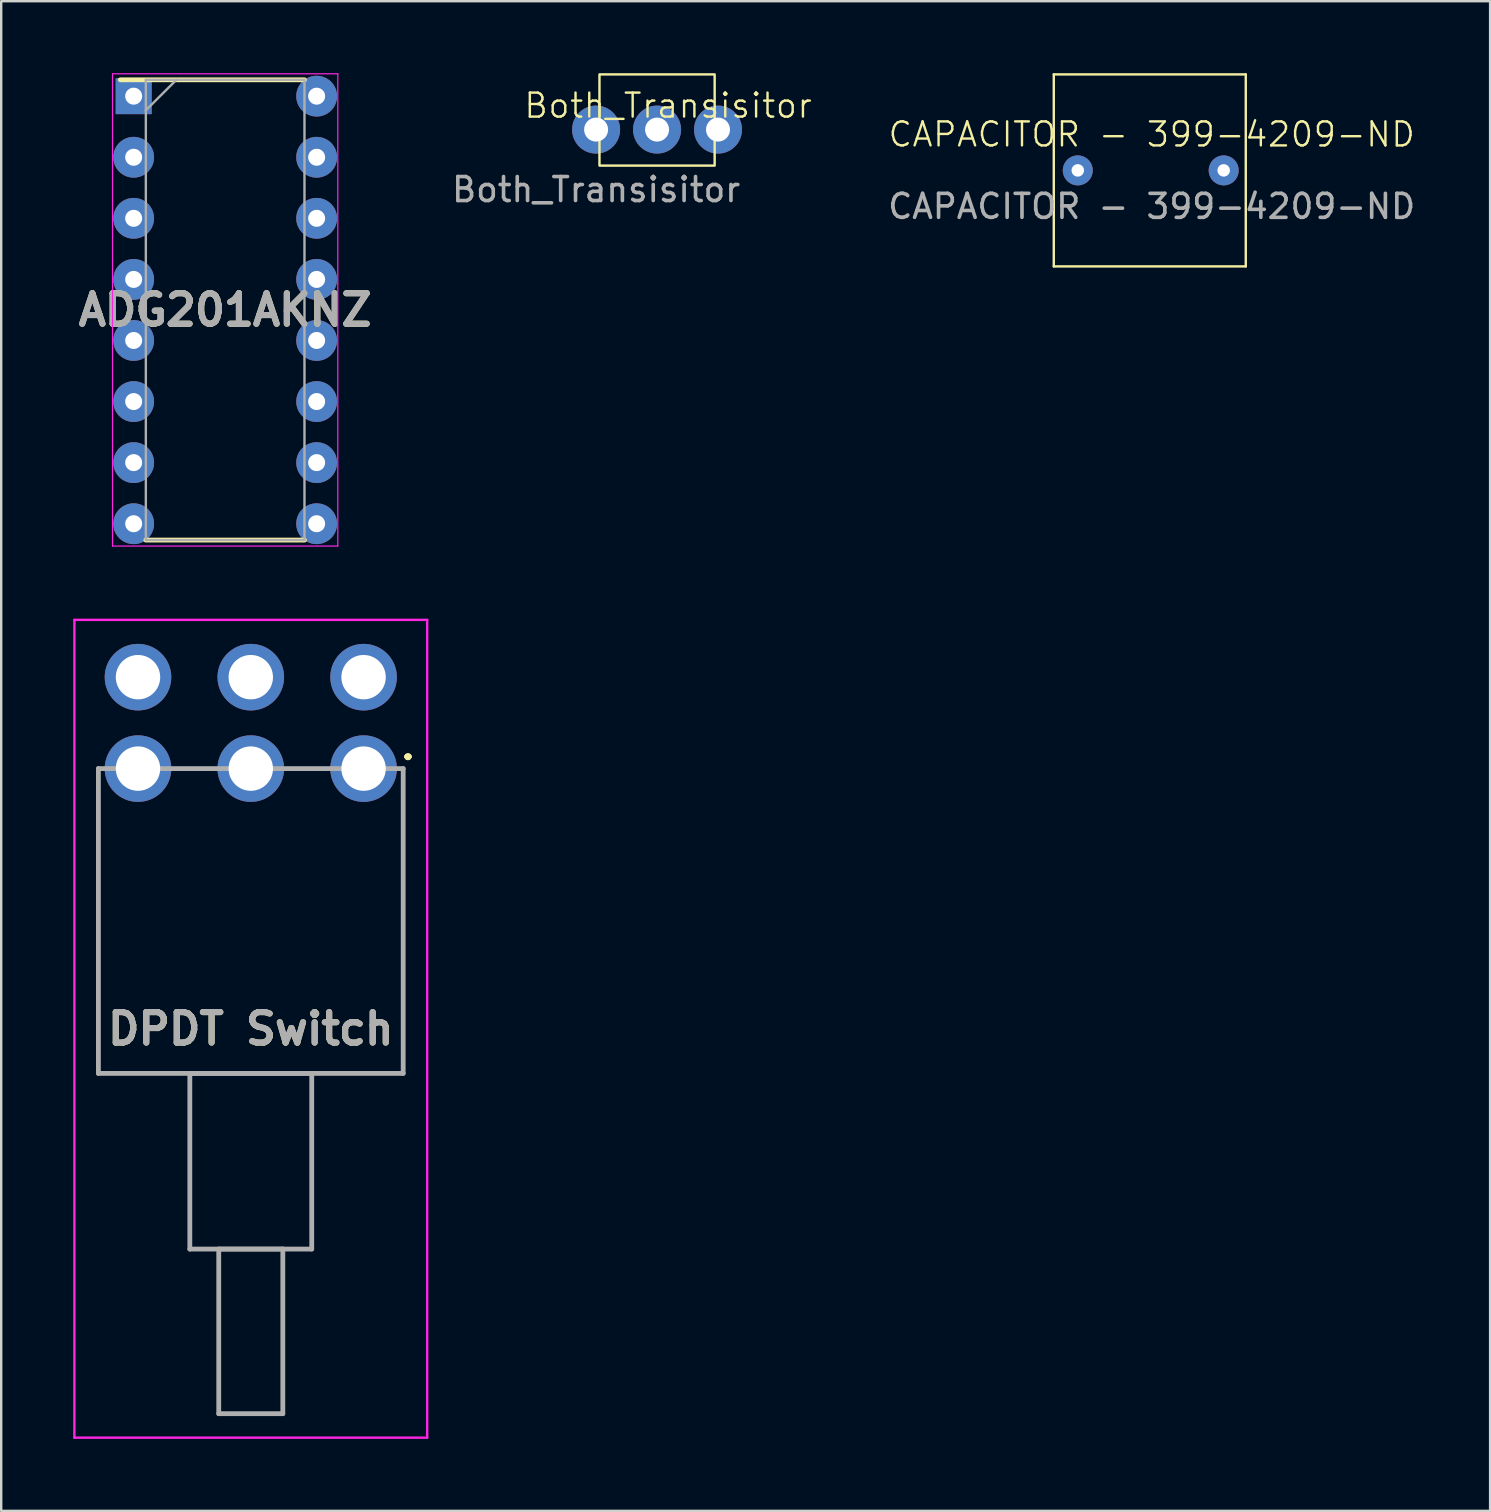
<source format=kicad_pcb>
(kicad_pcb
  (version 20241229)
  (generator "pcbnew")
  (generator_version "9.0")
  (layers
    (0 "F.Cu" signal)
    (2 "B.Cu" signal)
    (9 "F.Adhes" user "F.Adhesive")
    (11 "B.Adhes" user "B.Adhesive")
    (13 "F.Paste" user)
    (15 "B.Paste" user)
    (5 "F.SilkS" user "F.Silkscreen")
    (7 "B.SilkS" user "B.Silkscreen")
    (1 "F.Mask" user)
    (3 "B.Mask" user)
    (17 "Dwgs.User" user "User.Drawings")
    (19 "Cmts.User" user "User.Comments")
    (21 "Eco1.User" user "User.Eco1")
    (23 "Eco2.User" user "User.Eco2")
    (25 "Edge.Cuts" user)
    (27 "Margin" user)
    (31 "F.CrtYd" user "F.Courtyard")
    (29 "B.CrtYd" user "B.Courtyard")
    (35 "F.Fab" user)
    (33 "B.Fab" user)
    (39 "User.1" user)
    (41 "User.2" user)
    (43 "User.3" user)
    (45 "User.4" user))
  (footprint "CAPACITOR - 399-4209-ND"
    (layer "F.Cu")
    (at 44.94 3.05)
    (property "Reference" "CAPACITOR - 399-4209-ND" (at 0 -0.5 0) (unlocked yes) (layer "F.SilkS") (effects (font (size 1 1) (thickness 0.1))))
    (attr through_hole)
    (fp_line (start -4.08 -3) (end 3.92 -3) (stroke (width 0.1) (type default)) (layer "F.SilkS"))
    (fp_line (start -4.08 5) (end -4.08 -3) (stroke (width 0.1) (type default)) (layer "F.SilkS"))
    (fp_line (start 3.92 -3) (end 3.92 5) (stroke (width 0.1) (type default)) (layer "F.SilkS"))
    (fp_line (start 3.92 5) (end -4.08 5) (stroke (width 0.1) (type default)) (layer "F.SilkS"))
    (fp_text user "${REFERENCE}" (at 0 2.5 0) (unlocked yes) (layer "F.Fab") (effects (font (size 1 1) (thickness 0.15))))
    (pad "1" thru_hole circle (at -3.08 1) (size 1.25 1.25) (drill 0.52) (layers "*.Cu" "*.Mask"))
    (pad "2" thru_hole circle (at 3 1) (size 1.25 1.25) (drill 0.52) (layers "*.Cu" "*.Mask")))
  (footprint "DPDT Switch"
    (layer "F.Cu")
    (at 12.1 28.977)
    (property "Reference" "DPDT Switch" (at -4.7 10.841 0) (layer "F.SilkS") (effects (font (size 1.27 1.27) (thickness 0.254))))
    (attr through_hole)
    (fp_line (start -11.05 1.5) (end -11.05 1.5) (stroke (width 0.1) (type solid)) (layer "F.SilkS"))
    (fp_line (start -11.05 1.5) (end -11.05 12.7) (stroke (width 0.1) (type solid)) (layer "F.SilkS"))
    (fp_line (start -11.05 12.7) (end -11.05 1.5) (stroke (width 0.1) (type solid)) (layer "F.SilkS"))
    (fp_line (start -11.05 12.7) (end -11.05 12.7) (stroke (width 0.1) (type solid)) (layer "F.SilkS"))
    (fp_line (start -11.05 12.7) (end -11.05 12.7) (stroke (width 0.1) (type solid)) (layer "F.SilkS"))
    (fp_line (start -11.05 12.7) (end -9.2 12.7) (stroke (width 0.1) (type solid)) (layer "F.SilkS"))
    (fp_line (start -9.2 12.7) (end -11.05 12.7) (stroke (width 0.1) (type solid)) (layer "F.SilkS"))
    (fp_line (start -9.2 12.7) (end -9.2 12.7) (stroke (width 0.1) (type solid)) (layer "F.SilkS"))
    (fp_line (start -7.24 14.77) (end -7.24 14.77) (stroke (width 0.1) (type solid)) (layer "F.SilkS"))
    (fp_line (start -7.24 14.77) (end -7.24 20.02) (stroke (width 0.1) (type solid)) (layer "F.SilkS"))
    (fp_line (start -7.24 20.02) (end -7.24 14.77) (stroke (width 0.1) (type solid)) (layer "F.SilkS"))
    (fp_line (start -7.24 20.02) (end -7.24 20.02) (stroke (width 0.1) (type solid)) (layer "F.SilkS"))
    (fp_line (start -7.24 20.02) (end -7.24 20.02) (stroke (width 0.1) (type solid)) (layer "F.SilkS"))
    (fp_line (start -7.24 20.02) (end -6.035 20.02) (stroke (width 0.1) (type solid)) (layer "F.SilkS"))
    (fp_line (start -6.035 20.02) (end -7.24 20.02) (stroke (width 0.1) (type solid)) (layer "F.SilkS"))
    (fp_line (start -6.035 20.02) (end -6.035 20.02) (stroke (width 0.1) (type solid)) (layer "F.SilkS"))
    (fp_line (start -6.035 20.02) (end -3.365 20.02) (stroke (width 0.1) (type solid)) (layer "F.SilkS"))
    (fp_line (start -6.035 26.88) (end -6.035 20.02) (stroke (width 0.1) (type solid)) (layer "F.SilkS"))
    (fp_line (start -3.365 20.02) (end -3.365 20.02) (stroke (width 0.1) (type solid)) (layer "F.SilkS"))
    (fp_line (start -3.365 20.02) (end -3.365 26.88) (stroke (width 0.1) (type solid)) (layer "F.SilkS"))
    (fp_line (start -3.365 20.02) (end -2.16 20.02) (stroke (width 0.1) (type solid)) (layer "F.SilkS"))
    (fp_line (start -3.365 26.88) (end -6.035 26.88) (stroke (width 0.1) (type solid)) (layer "F.SilkS"))
    (fp_line (start -2.16 14.77) (end -2.16 14.77) (stroke (width 0.1) (type solid)) (layer "F.SilkS"))
    (fp_line (start -2.16 14.77) (end -2.16 20.02) (stroke (width 0.1) (type solid)) (layer "F.SilkS"))
    (fp_line (start -2.16 20.02) (end -3.365 20.02) (stroke (width 0.1) (type solid)) (layer "F.SilkS"))
    (fp_line (start -2.16 20.02) (end -2.16 14.77) (stroke (width 0.1) (type solid)) (layer "F.SilkS"))
    (fp_line (start -2.16 20.02) (end -2.16 20.02) (stroke (width 0.1) (type solid)) (layer "F.SilkS"))
    (fp_line (start -2.16 20.02) (end -2.16 20.02) (stroke (width 0.1) (type solid)) (layer "F.SilkS"))
    (fp_line (start -0.2 12.7) (end -0.2 12.7) (stroke (width 0.1) (type solid)) (layer "F.SilkS"))
    (fp_line (start -0.2 12.7) (end 1.65 12.7) (stroke (width 0.1) (type solid)) (layer "F.SilkS"))
    (fp_line (start 1.65 1.5) (end 1.65 1.5) (stroke (width 0.1) (type solid)) (layer "F.SilkS"))
    (fp_line (start 1.65 1.5) (end 1.65 12.7) (stroke (width 0.1) (type solid)) (layer "F.SilkS"))
    (fp_line (start 1.65 12.7) (end -0.2 12.7) (stroke (width 0.1) (type solid)) (layer "F.SilkS"))
    (fp_line (start 1.65 12.7) (end 1.65 1.5) (stroke (width 0.1) (type solid)) (layer "F.SilkS"))
    (fp_line (start 1.65 12.7) (end 1.65 12.7) (stroke (width 0.1) (type solid)) (layer "F.SilkS"))
    (fp_line (start 1.65 12.7) (end 1.65 12.7) (stroke (width 0.1) (type solid)) (layer "F.SilkS"))
    (fp_line (start 1.8 -0.5) (end 1.8 -0.5) (stroke (width 0.2) (type solid)) (layer "F.SilkS"))
    (fp_line (start 1.8 -0.5) (end 1.8 -0.5) (stroke (width 0.2) (type solid)) (layer "F.SilkS"))
    (fp_line (start 1.9 -0.5) (end 1.9 -0.5) (stroke (width 0.2) (type solid)) (layer "F.SilkS"))
    (fp_arc (start 1.8 -0.5) (mid 1.85 -0.55) (end 1.9 -0.5) (stroke (width 0.2) (type solid)) (layer "F.SilkS"))
    (fp_arc (start 1.9 -0.5) (mid 1.85 -0.45) (end 1.8 -0.5) (stroke (width 0.2) (type solid)) (layer "F.SilkS"))
    (fp_arc (start 1.9 -0.5) (mid 1.85 -0.45) (end 1.8 -0.5) (stroke (width 0.2) (type solid)) (layer "F.SilkS"))
    (fp_line (start -12.05 -6.197) (end 2.65 -6.197) (stroke (width 0.1) (type solid)) (layer "F.CrtYd"))
    (fp_line (start -12.05 27.88) (end -12.05 -6.197) (stroke (width 0.1) (type solid)) (layer "F.CrtYd"))
    (fp_line (start 2.65 -6.197) (end 2.65 27.88) (stroke (width 0.1) (type solid)) (layer "F.CrtYd"))
    (fp_line (start 2.65 27.88) (end -12.05 27.88) (stroke (width 0.1) (type solid)) (layer "F.CrtYd"))
    (fp_line (start -11.05 0) (end -11.05 12.7) (stroke (width 0.2) (type solid)) (layer "F.Fab"))
    (fp_line (start -11.05 12.7) (end 1.65 12.7) (stroke (width 0.2) (type solid)) (layer "F.Fab"))
    (fp_line (start -7.24 12.7) (end -2.16 12.7) (stroke (width 0.2) (type solid)) (layer "F.Fab"))
    (fp_line (start -7.24 20.02) (end -7.24 12.7) (stroke (width 0.2) (type solid)) (layer "F.Fab"))
    (fp_line (start -6.035 20.02) (end -3.365 20.02) (stroke (width 0.2) (type solid)) (layer "F.Fab"))
    (fp_line (start -6.035 26.88) (end -6.035 20.02) (stroke (width 0.2) (type solid)) (layer "F.Fab"))
    (fp_line (start -3.365 20.02) (end -3.365 26.88) (stroke (width 0.2) (type solid)) (layer "F.Fab"))
    (fp_line (start -3.365 26.88) (end -6.035 26.88) (stroke (width 0.2) (type solid)) (layer "F.Fab"))
    (fp_line (start -2.16 12.7) (end -2.16 20.02) (stroke (width 0.2) (type solid)) (layer "F.Fab"))
    (fp_line (start -2.16 20.02) (end -7.24 20.02) (stroke (width 0.2) (type solid)) (layer "F.Fab"))
    (fp_line (start 1.65 0) (end -11.05 0) (stroke (width 0.2) (type solid)) (layer "F.Fab"))
    (fp_line (start 1.65 12.7) (end 1.65 0) (stroke (width 0.2) (type solid)) (layer "F.Fab"))
    (fp_text user "${REFERENCE}" (at -4.7 10.841 0) (layer "F.Fab") (effects (font (size 1.27 1.27) (thickness 0.254))))
    (pad "1" thru_hole circle (at 0 0) (size 2.775 2.775) (drill 1.85) (layers "*.Cu" "*.Mask"))
    (pad "2" thru_hole circle (at -4.7 0) (size 2.775 2.775) (drill 1.85) (layers "*.Cu" "*.Mask"))
    (pad "3" thru_hole circle (at -9.4 0) (size 2.775 2.775) (drill 1.85) (layers "*.Cu" "*.Mask"))
    (pad "4" thru_hole circle (at 0 -3.81) (size 2.775 2.775) (drill 1.85) (layers "*.Cu" "*.Mask"))
    (pad "5" thru_hole circle (at -4.7 -3.81) (size 2.775 2.775) (drill 1.85) (layers "*.Cu" "*.Mask"))
    (pad "6" thru_hole circle (at -9.4 -3.81) (size 2.775 2.775) (drill 1.85) (layers "*.Cu" "*.Mask")))
  (footprint "Both_Transisitor"
    (layer "F.Cu")
    (at 21.789 2.35)
    (property "Reference" "Both_Transisitor" (at 3 -1 0) (unlocked yes) (layer "F.SilkS") (effects (font (size 1 1) (thickness 0.1))))
    (attr through_hole)
    (fp_rect (start 0.14 -2.3) (end 4.94 1.5) (stroke (width 0.1) (type default)) (fill no) (layer "F.SilkS"))
    (fp_text user "${REFERENCE}" (at 0 2.5 0) (unlocked yes) (layer "F.Fab") (effects (font (size 1 1) (thickness 0.15))))
    (pad "1" thru_hole circle (at 0 0) (size 2 2) (drill 1) (layers "*.Cu" "*.Mask"))
    (pad "2" thru_hole circle (at 2.54 0) (size 2 2) (drill 1) (layers "*.Cu" "*.Mask"))
    (pad "3" thru_hole circle (at 5.08 0) (size 2 2) (drill 1) (layers "*.Cu" "*.Mask")))
  (footprint "ADG201AKNZ"
    (layer "F.Cu")
    (at 6.332 9.865)
    (property "Reference" "ADG201AKNZ" (at 0 0 0) (layer "F.SilkS") (effects (font (size 1.27 1.27) (thickness 0.254))))
    (attr through_hole)
    (fp_line (start -4.366 -9.59) (end 3.305 -9.59) (stroke (width 0.2) (type solid)) (layer "F.SilkS"))
    (fp_line (start -3.305 9.59) (end 3.305 9.59) (stroke (width 0.2) (type solid)) (layer "F.SilkS"))
    (fp_line (start -4.694 -9.84) (end 4.694 -9.84) (stroke (width 0.05) (type solid)) (layer "F.CrtYd"))
    (fp_line (start -4.694 9.84) (end -4.694 -9.84) (stroke (width 0.05) (type solid)) (layer "F.CrtYd"))
    (fp_line (start 4.694 -9.84) (end 4.694 9.84) (stroke (width 0.05) (type solid)) (layer "F.CrtYd"))
    (fp_line (start 4.694 9.84) (end -4.694 9.84) (stroke (width 0.05) (type solid)) (layer "F.CrtYd"))
    (fp_line (start -3.305 -9.59) (end 3.305 -9.59) (stroke (width 0.1) (type solid)) (layer "F.Fab"))
    (fp_line (start -3.305 -8.318) (end -2.032 -9.59) (stroke (width 0.1) (type solid)) (layer "F.Fab"))
    (fp_line (start -3.305 9.59) (end -3.305 -9.59) (stroke (width 0.1) (type solid)) (layer "F.Fab"))
    (fp_line (start 3.305 -9.59) (end 3.305 9.59) (stroke (width 0.1) (type solid)) (layer "F.Fab"))
    (fp_line (start 3.305 9.59) (end -3.305 9.59) (stroke (width 0.1) (type solid)) (layer "F.Fab"))
    (fp_text user "${REFERENCE}" (at 0 0 0) (layer "F.Fab") (effects (font (size 1.27 1.27) (thickness 0.254))))
    (pad "1" thru_hole rect (at -3.812 -8.908) (size 1.5 1.5) (drill 0.708) (layers "*.Cu" "*.Mask"))
    (pad "2" thru_hole circle (at -3.812 -6.362) (size 1.7 1.7) (drill 0.708) (layers "*.Cu" "*.Mask"))
    (pad "3" thru_hole circle (at -3.812 -3.818) (size 1.7 1.7) (drill 0.708) (layers "*.Cu" "*.Mask"))
    (pad "4" thru_hole circle (at -3.812 -1.272) (size 1.7 1.7) (drill 0.708) (layers "*.Cu" "*.Mask"))
    (pad "5" thru_hole circle (at -3.812 1.272) (size 1.7 1.7) (drill 0.708) (layers "*.Cu" "*.Mask"))
    (pad "6" thru_hole circle (at -3.812 3.818) (size 1.7 1.7) (drill 0.708) (layers "*.Cu" "*.Mask"))
    (pad "7" thru_hole circle (at -3.812 6.362) (size 1.7 1.7) (drill 0.708) (layers "*.Cu" "*.Mask"))
    (pad "8" thru_hole circle (at -3.812 8.908) (size 1.7 1.7) (drill 0.708) (layers "*.Cu" "*.Mask"))
    (pad "9" thru_hole circle (at 3.812 8.908) (size 1.7 1.7) (drill 0.708) (layers "*.Cu" "*.Mask"))
    (pad "10" thru_hole circle (at 3.812 6.362) (size 1.7 1.7) (drill 0.708) (layers "*.Cu" "*.Mask"))
    (pad "11" thru_hole circle (at 3.812 3.818) (size 1.7 1.7) (drill 0.708) (layers "*.Cu" "*.Mask"))
    (pad "12" thru_hole circle (at 3.812 1.272) (size 1.7 1.7) (drill 0.708) (layers "*.Cu" "*.Mask"))
    (pad "13" thru_hole circle (at 3.812 -1.272) (size 1.7 1.7) (drill 0.708) (layers "*.Cu" "*.Mask"))
    (pad "14" thru_hole circle (at 3.812 -3.818) (size 1.7 1.7) (drill 0.708) (layers "*.Cu" "*.Mask"))
    (pad "15" thru_hole circle (at 3.812 -6.362) (size 1.7 1.7) (drill 0.708) (layers "*.Cu" "*.Mask"))
    (pad "16" thru_hole circle (at 3.812 -8.908) (size 1.7 1.7) (drill 0.708) (layers "*.Cu" "*.Mask")))
  (gr_rect
    (start -3 -3)
    (end 59.041 59.907)
    (stroke (width 0.1) (type default))
    (fill no)
    (layer "Edge.Cuts")))
</source>
